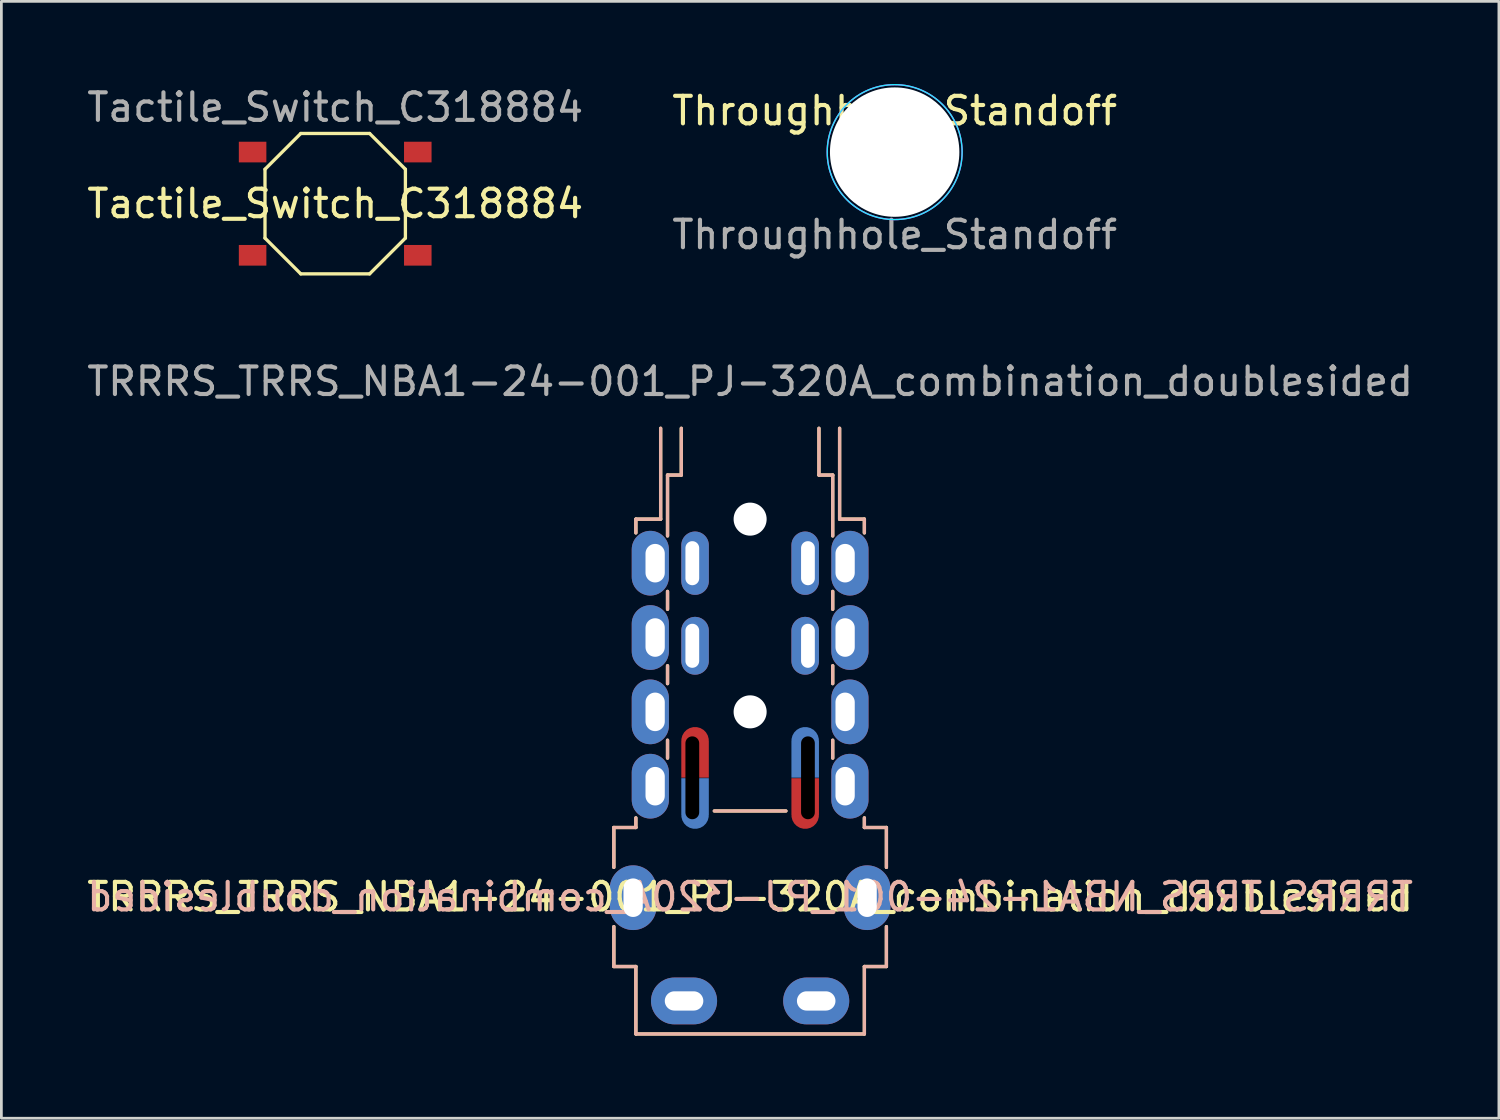
<source format=kicad_pcb>
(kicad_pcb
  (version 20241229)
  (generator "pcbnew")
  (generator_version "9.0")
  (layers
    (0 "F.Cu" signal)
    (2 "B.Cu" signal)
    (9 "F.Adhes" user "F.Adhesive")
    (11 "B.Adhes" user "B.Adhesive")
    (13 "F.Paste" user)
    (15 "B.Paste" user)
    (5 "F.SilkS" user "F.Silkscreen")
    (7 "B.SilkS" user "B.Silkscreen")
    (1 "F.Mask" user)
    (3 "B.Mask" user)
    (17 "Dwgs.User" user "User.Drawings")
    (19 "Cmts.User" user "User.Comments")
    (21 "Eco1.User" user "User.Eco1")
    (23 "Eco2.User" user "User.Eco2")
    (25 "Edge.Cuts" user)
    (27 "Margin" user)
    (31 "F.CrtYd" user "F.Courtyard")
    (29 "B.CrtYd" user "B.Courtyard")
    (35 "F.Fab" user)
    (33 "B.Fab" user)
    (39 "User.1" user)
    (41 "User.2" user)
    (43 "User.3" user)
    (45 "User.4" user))
  (footprint "Throughhole_Standoff"
    (layer "F.Cu")
    (at 29.446 2.475)
    (property "Reference" "Throughhole_Standoff" (at 0 -1.5 0) (unlocked yes) (layer "F.SilkS") (effects (font (size 1 1) (thickness 0.15))))
    (fp_circle (center 0 0) (end 2.45 0) (stroke (width 0.05) (type default)) (fill no) (layer "B.CrtYd"))
    (fp_circle (center 0 0) (end 2.45 0) (stroke (width 0.05) (type default)) (fill no) (layer "F.CrtYd"))
    (fp_text user "${REFERENCE}" (at 0 3 0) (unlocked yes) (layer "F.Fab") (effects (font (size 1 1) (thickness 0.15))))
    (pad "" np_thru_hole circle (at 0 0) (size 4.7 4.7) (drill 4.7) (layers "*.Cu" "*.Mask")))
  (footprint "Tactile_Switch_C318884"
    (layer "F.Cu")
    (at 9.125 4.348)
    (property "Reference" "Tactile_Switch_C318884" (at 0 0 0) (unlocked yes) (layer "F.SilkS") (effects (font (size 1 1) (thickness 0.15))))
    (attr smd)
    (fp_line (start -2.55 -1.25) (end -2.55 1.25) (stroke (width 0.12) (type solid)) (layer "F.SilkS"))
    (fp_line (start -2.55 -1.25) (end -1.25 -2.55) (stroke (width 0.12) (type solid)) (layer "F.SilkS"))
    (fp_line (start -2.55 1.25) (end -1.25 2.55) (stroke (width 0.12) (type solid)) (layer "F.SilkS"))
    (fp_line (start -1.25 2.55) (end 1.25 2.55) (stroke (width 0.12) (type solid)) (layer "F.SilkS"))
    (fp_line (start 1.25 -2.55) (end -1.25 -2.55) (stroke (width 0.12) (type solid)) (layer "F.SilkS"))
    (fp_line (start 1.25 -2.55) (end 2.55 -1.25) (stroke (width 0.12) (type solid)) (layer "F.SilkS"))
    (fp_line (start 2.55 1.25) (end 1.25 2.55) (stroke (width 0.12) (type solid)) (layer "F.SilkS"))
    (fp_line (start 2.55 1.25) (end 2.55 -1.25) (stroke (width 0.12) (type solid)) (layer "F.SilkS"))
    (fp_text user "${REFERENCE}" (at 0 -3.5 0) (unlocked yes) (layer "F.Fab") (effects (font (size 1 1) (thickness 0.15))))
    (pad "1" smd rect (at -3 -1.875) (size 1 0.75) (layers "F.Cu" "F.Mask" "F.Paste"))
    (pad "2" smd rect (at 3 -1.875) (size 1 0.75) (layers "F.Cu" "F.Mask" "F.Paste"))
    (pad "3" smd rect (at -3 1.875) (size 1 0.75) (layers "F.Cu" "F.Mask" "F.Paste"))
    (pad "4" smd rect (at 3 1.875) (size 1 0.75) (layers "F.Cu" "F.Mask" "F.Paste")))
  (footprint "TRRRS_TRRS_NBA1-24-001_PJ-320A_combination_doublesided"
    (layer "F.Cu")
    (at 24.196 12.306)
    (property "Reference" "TRRRS_TRRS_NBA1-24-001_PJ-320A_combination_doublesided" (at 0 17.22 0) (unlocked yes) (layer "F.SilkS") (effects (font (size 1 1) (thickness 0.15))))
    (attr through_hole)
    (fp_line (start -4.95 14.7) (end -4.95 16.15) (stroke (width 0.12) (type solid)) (layer "F.SilkS"))
    (fp_line (start -4.95 18.3) (end -4.95 19.75) (stroke (width 0.12) (type solid)) (layer "F.SilkS"))
    (fp_line (start -4.95 19.75) (end -4.15 19.75) (stroke (width 0.12) (type solid)) (layer "F.SilkS"))
    (fp_line (start -4.15 3.5) (end -4.15 4) (stroke (width 0.12) (type solid)) (layer "F.SilkS"))
    (fp_line (start -4.15 14.7) (end -4.95 14.7) (stroke (width 0.12) (type solid)) (layer "F.SilkS"))
    (fp_line (start -4.15 14.7) (end -4.15 14.35) (stroke (width 0.12) (type solid)) (layer "F.SilkS"))
    (fp_line (start -4.15 19.75) (end -4.15 22.2) (stroke (width 0.12) (type solid)) (layer "F.SilkS"))
    (fp_line (start -3.25 0.2) (end -3.25 3.5) (stroke (width 0.12) (type solid)) (layer "F.SilkS"))
    (fp_line (start -3.25 3.5) (end -4.15 3.5) (stroke (width 0.12) (type solid)) (layer "F.SilkS"))
    (fp_line (start -3 1.9) (end -2.5 1.9) (stroke (width 0.12) (type solid)) (layer "F.SilkS"))
    (fp_line (start -3 4.11) (end -3 1.9) (stroke (width 0.12) (type solid)) (layer "F.SilkS"))
    (fp_line (start -3 6.775) (end -3 6.125) (stroke (width 0.12) (type default)) (layer "F.SilkS"))
    (fp_line (start -3 9.475) (end -3 8.825) (stroke (width 0.12) (type default)) (layer "F.SilkS"))
    (fp_line (start -3 12.18) (end -3 11.53) (stroke (width 0.12) (type default)) (layer "F.SilkS"))
    (fp_line (start -2.5 1.9) (end -2.5 0.2) (stroke (width 0.12) (type solid)) (layer "F.SilkS"))
    (fp_line (start -1.3 14.1) (end 1.3 14.1) (stroke (width 0.12) (type solid)) (layer "F.SilkS"))
    (fp_line (start 2.5 0.2) (end 2.5 1.9) (stroke (width 0.12) (type solid)) (layer "F.SilkS"))
    (fp_line (start 2.5 1.9) (end 3 1.9) (stroke (width 0.12) (type solid)) (layer "F.SilkS"))
    (fp_line (start 3 4.11) (end 3 1.9) (stroke (width 0.12) (type solid)) (layer "F.SilkS"))
    (fp_line (start 3 6.775) (end 3 6.125) (stroke (width 0.12) (type default)) (layer "F.SilkS"))
    (fp_line (start 3 9.475) (end 3 8.825) (stroke (width 0.12) (type default)) (layer "F.SilkS"))
    (fp_line (start 3 12.18) (end 3 11.53) (stroke (width 0.12) (type default)) (layer "F.SilkS"))
    (fp_line (start 3.25 0.2) (end 3.25 3.5) (stroke (width 0.12) (type solid)) (layer "F.SilkS"))
    (fp_line (start 3.25 3.5) (end 4.15 3.5) (stroke (width 0.12) (type solid)) (layer "F.SilkS"))
    (fp_line (start 4.15 3.5) (end 4.15 4) (stroke (width 0.12) (type solid)) (layer "F.SilkS"))
    (fp_line (start 4.15 14.7) (end 4.15 14.35) (stroke (width 0.12) (type solid)) (layer "F.SilkS"))
    (fp_line (start 4.15 14.7) (end 4.95 14.7) (stroke (width 0.12) (type solid)) (layer "F.SilkS"))
    (fp_line (start 4.15 19.75) (end 4.15 22.2) (stroke (width 0.12) (type solid)) (layer "F.SilkS"))
    (fp_line (start 4.15 22.2) (end -4.15 22.2) (stroke (width 0.12) (type solid)) (layer "F.SilkS"))
    (fp_line (start 4.95 14.7) (end 4.95 16.15) (stroke (width 0.12) (type solid)) (layer "F.SilkS"))
    (fp_line (start 4.95 18.3) (end 4.95 19.75) (stroke (width 0.12) (type solid)) (layer "F.SilkS"))
    (fp_line (start 4.95 19.75) (end 4.15 19.75) (stroke (width 0.12) (type solid)) (layer "F.SilkS"))
    (fp_line (start -4.95 14.7) (end -4.15 14.7) (stroke (width 0.12) (type solid)) (layer "B.SilkS"))
    (fp_line (start -4.95 16.15) (end -4.95 14.7) (stroke (width 0.12) (type solid)) (layer "B.SilkS"))
    (fp_line (start -4.95 19.75) (end -4.95 18.3) (stroke (width 0.12) (type solid)) (layer "B.SilkS"))
    (fp_line (start -4.15 3.5) (end -3.25 3.5) (stroke (width 0.12) (type solid)) (layer "B.SilkS"))
    (fp_line (start -4.15 4) (end -4.15 3.5) (stroke (width 0.12) (type solid)) (layer "B.SilkS"))
    (fp_line (start -4.15 14.35) (end -4.15 14.7) (stroke (width 0.12) (type solid)) (layer "B.SilkS"))
    (fp_line (start -4.15 19.75) (end -4.95 19.75) (stroke (width 0.12) (type solid)) (layer "B.SilkS"))
    (fp_line (start -4.15 22.2) (end -4.15 19.75) (stroke (width 0.12) (type solid)) (layer "B.SilkS"))
    (fp_line (start -3.25 3.5) (end -3.25 0.2) (stroke (width 0.12) (type solid)) (layer "B.SilkS"))
    (fp_line (start -3 1.9) (end -3 4.11) (stroke (width 0.12) (type solid)) (layer "B.SilkS"))
    (fp_line (start -3 1.9) (end -2.5 1.9) (stroke (width 0.12) (type solid)) (layer "B.SilkS"))
    (fp_line (start -3 6.125) (end -3 6.775) (stroke (width 0.12) (type default)) (layer "B.SilkS"))
    (fp_line (start -3 8.825) (end -3 9.475) (stroke (width 0.12) (type default)) (layer "B.SilkS"))
    (fp_line (start -3 11.53) (end -3 12.18) (stroke (width 0.12) (type default)) (layer "B.SilkS"))
    (fp_line (start -2.5 1.9) (end -2.5 0.2) (stroke (width 0.12) (type solid)) (layer "B.SilkS"))
    (fp_line (start -1.3 14.1) (end 1.3 14.1) (stroke (width 0.12) (type solid)) (layer "B.SilkS"))
    (fp_line (start 2.5 0.2) (end 2.5 1.9) (stroke (width 0.12) (type solid)) (layer "B.SilkS"))
    (fp_line (start 2.5 1.9) (end 3 1.9) (stroke (width 0.12) (type solid)) (layer "B.SilkS"))
    (fp_line (start 3 1.9) (end 3 4.11) (stroke (width 0.12) (type solid)) (layer "B.SilkS"))
    (fp_line (start 3 6.125) (end 3 6.775) (stroke (width 0.12) (type default)) (layer "B.SilkS"))
    (fp_line (start 3 8.825) (end 3 9.475) (stroke (width 0.12) (type default)) (layer "B.SilkS"))
    (fp_line (start 3 11.53) (end 3 12.18) (stroke (width 0.12) (type default)) (layer "B.SilkS"))
    (fp_line (start 3.25 3.5) (end 3.25 0.2) (stroke (width 0.12) (type solid)) (layer "B.SilkS"))
    (fp_line (start 4.15 3.5) (end 3.25 3.5) (stroke (width 0.12) (type solid)) (layer "B.SilkS"))
    (fp_line (start 4.15 4) (end 4.15 3.5) (stroke (width 0.12) (type solid)) (layer "B.SilkS"))
    (fp_line (start 4.15 14.35) (end 4.15 14.7) (stroke (width 0.12) (type solid)) (layer "B.SilkS"))
    (fp_line (start 4.15 19.75) (end 4.95 19.75) (stroke (width 0.12) (type solid)) (layer "B.SilkS"))
    (fp_line (start 4.15 22.2) (end -4.15 22.2) (stroke (width 0.12) (type solid)) (layer "B.SilkS"))
    (fp_line (start 4.15 22.2) (end 4.15 19.75) (stroke (width 0.12) (type solid)) (layer "B.SilkS"))
    (fp_line (start 4.95 14.7) (end 4.15 14.7) (stroke (width 0.12) (type solid)) (layer "B.SilkS"))
    (fp_line (start 4.95 16.15) (end 4.95 14.7) (stroke (width 0.12) (type solid)) (layer "B.SilkS"))
    (fp_line (start 4.95 19.75) (end 4.95 18.3) (stroke (width 0.12) (type solid)) (layer "B.SilkS"))
    (fp_text user "${REFERENCE}" (at 0 17.22 0) (unlocked yes) (layer "B.SilkS") (effects (font (size 1 1) (thickness 0.15)) (justify mirror)))
    (fp_text user "${REFERENCE}" (at 0 -1.5 0) (unlocked yes) (layer "F.Fab") (effects (font (size 1 1) (thickness 0.15))))
    (pad "" thru_hole oval (at -4.25 17.25) (size 1.7 2.35) (drill oval 0.7 1.4) (layers "*.Cu" "*.Mask"))
    (pad "" np_thru_hole oval (at -2.1 12.895) (size 0.5 3.01) (drill oval 0.5 3.01) (layers "*.Mask"))
    (pad "" np_thru_hole circle (at 0 3.5) (size 1.2 1.2) (drill 1.2) (layers "*.Cu" "*.Mask"))
    (pad "" np_thru_hole circle (at 0 10.5) (size 1.2 1.2) (drill 1.2) (layers "*.Cu" "*.Mask"))
    (pad "" np_thru_hole oval (at 2.1 12.895) (size 0.5 3.01) (drill oval 0.5 3.01) (layers "*.Mask"))
    (pad "" thru_hole oval (at 4.25 17.25) (size 1.7 2.35) (drill oval 0.7 1.4) (layers "*.Cu" "*.Mask"))
    (pad "R1" thru_hole oval (at -3.45 13.2) (size 1.35 2.35) (drill oval 0.7 1.4 (offset -0.175 0)) (layers "*.Cu" "*.Mask"))
    (pad "R1" thru_hole oval (at -2.1 8.1) (size 1 2.1) (drill oval 0.5 1.6 (offset 0.1 0)) (layers "*.Cu" "*.Mask"))
    (pad "R1" thru_hole oval (at 2.1 8.1) (size 1 2.1) (drill oval 0.5 1.6 (offset -0.1 0)) (layers "*.Cu" "*.Mask"))
    (pad "R1" thru_hole oval (at 3.45 13.2) (size 1.35 2.35) (drill oval 0.7 1.4 (offset 0.175 0)) (layers "*.Cu" "*.Mask"))
    (pad "R2" thru_hole oval (at -3.45 10.5) (size 1.35 2.35) (drill oval 0.7 1.4 (offset -0.175 0)) (layers "*.Cu" "*.Mask"))
    (pad "R2" thru_hole oval (at -2.1 5.1) (size 1 2.3) (drill oval 0.5 1.6 (offset 0.1 0)) (layers "*.Cu" "*.Mask"))
    (pad "R2" thru_hole oval (at 2.1 5.1) (size 1 2.3) (drill oval 0.5 1.6 (offset -0.1 0)) (layers "*.Cu" "*.Mask"))
    (pad "R2" thru_hole oval (at 3.45 10.5) (size 1.35 2.35) (drill oval 0.7 1.4 (offset 0.175 0)) (layers "*.Cu" "*.Mask"))
    (pad "R3" thru_hole oval (at -3.45 7.8) (size 1.35 2.35) (drill oval 0.7 1.4 (offset -0.175 0)) (layers "*.Cu" "*.Mask"))
    (pad "R3" thru_hole oval (at 3.45 7.8) (size 1.35 2.35) (drill oval 0.7 1.4 (offset 0.175 0)) (layers "*.Cu" "*.Mask"))
    (pad "S" thru_hole oval (at -3.45 5.1) (size 1.35 2.35) (drill oval 0.7 1.4 (offset -0.175 0)) (layers "*.Cu" "*.Mask"))
    (pad "S" smd custom (at -2.1 14.25 180) (size 1 1) (drill oval (offset -0.1 0)) (layers "B.Cu" "B.Mask") (options (anchor circle)) (primitives (gr_rect (start -0.5 0) (end 0.5 1.34) (width 0) (fill yes))))
    (pad "S" smd custom (at 2.1 14.25 180) (size 1 1) (drill oval (offset 0.1 0)) (layers "F.Cu" "F.Mask") (options (anchor circle)) (primitives (gr_rect (start -0.5 0) (end 0.5 1.34) (width 0) (fill yes))))
    (pad "S" thru_hole oval (at 3.45 5.1) (size 1.35 2.35) (drill oval 0.7 1.4 (offset 0.175 0)) (layers "*.Cu" "*.Mask"))
    (pad "T" thru_hole oval (at -2.4 21) (size 2.4 1.7) (drill oval 1.4 0.7) (layers "*.Cu" "*.Mask"))
    (pad "T" smd custom (at -2.1 11.55) (size 1 1) (drill oval (offset 0.1 0)) (layers "F.Cu" "F.Mask") (options (anchor circle)) (primitives (gr_rect (start -0.5 0) (end 0.5 1.34) (width 0) (fill yes))))
    (pad "T" smd custom (at 2.1 11.55) (size 1 1) (drill oval (offset -0.1 0)) (layers "B.Cu" "B.Mask") (options (anchor circle)) (primitives (gr_rect (start -0.5 0) (end 0.5 1.34) (width 0) (fill yes))))
    (pad "T" thru_hole oval (at 2.4 21) (size 2.4 1.7) (drill oval 1.4 0.7) (layers "*.Cu" "*.Mask")))
  (gr_rect
    (start -3 -3)
    (end 51.393 37.566)
    (stroke (width 0.1) (type default))
    (fill no)
    (layer "Edge.Cuts")))
</source>
